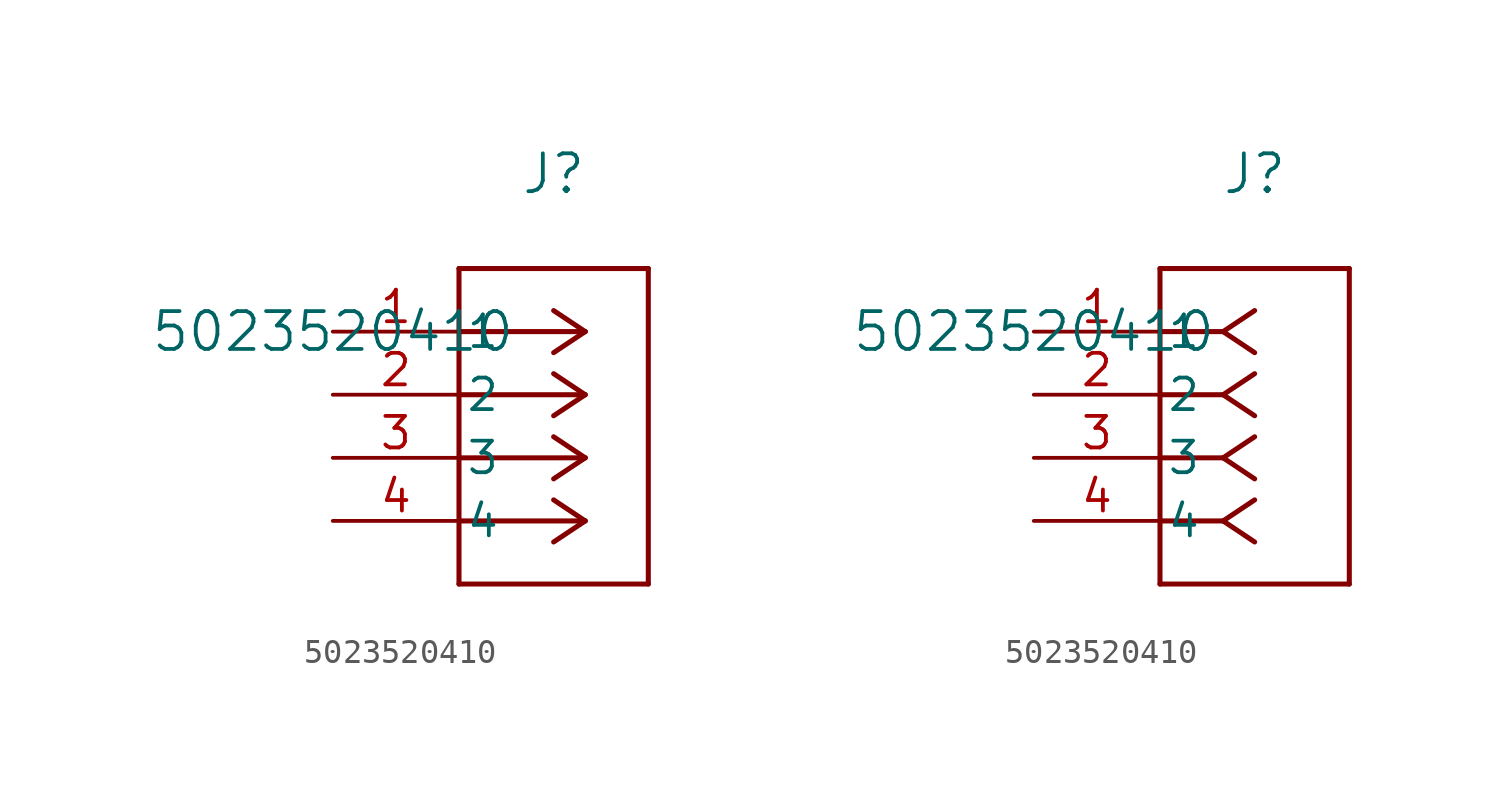
<source format=kicad_sym>
(kicad_symbol_lib
  (version 20211014)
  (generator kicad_symbol_editor)
  (symbol "5023520410"
    (pin_names
      (offset 0.254))
    (property "Reference" "J"
      (at 8.89 6.35 0)
      (effects (font (size 1.524 1.524))))
    (property "Value" "5023520410"
      (at 0 0 0)
      (effects (font (size 1.524 1.524))))
    (symbol "5023520410_1_1"
      (polyline (pts (xy 10.16 0) (xy 5.08 0)) (stroke (width 0.203) (type default) (color 0 0 0 0)) (fill (type none)))
      (polyline (pts (xy 10.16 -2.54) (xy 5.08 -2.54)) (stroke (width 0.203) (type default) (color 0 0 0 0)) (fill (type none)))
      (polyline (pts (xy 10.16 -5.08) (xy 5.08 -5.08)) (stroke (width 0.203) (type default) (color 0 0 0 0)) (fill (type none)))
      (polyline (pts (xy 10.16 -7.62) (xy 5.08 -7.62)) (stroke (width 0.203) (type default) (color 0 0 0 0)) (fill (type none)))
      (polyline (pts (xy 10.16 0) (xy 8.89 0.847)) (stroke (width 0.203) (type default) (color 0 0 0 0)) (fill (type none)))
      (polyline (pts (xy 10.16 -2.54) (xy 8.89 -1.693)) (stroke (width 0.203) (type default) (color 0 0 0 0)) (fill (type none)))
      (polyline (pts (xy 10.16 -5.08) (xy 8.89 -4.233)) (stroke (width 0.203) (type default) (color 0 0 0 0)) (fill (type none)))
      (polyline (pts (xy 10.16 -7.62) (xy 8.89 -6.773)) (stroke (width 0.203) (type default) (color 0 0 0 0)) (fill (type none)))
      (polyline (pts (xy 10.16 0) (xy 8.89 -0.847)) (stroke (width 0.203) (type default) (color 0 0 0 0)) (fill (type none)))
      (polyline (pts (xy 10.16 -2.54) (xy 8.89 -3.387)) (stroke (width 0.203) (type default) (color 0 0 0 0)) (fill (type none)))
      (polyline (pts (xy 10.16 -5.08) (xy 8.89 -5.927)) (stroke (width 0.203) (type default) (color 0 0 0 0)) (fill (type none)))
      (polyline (pts (xy 10.16 -7.62) (xy 8.89 -8.467)) (stroke (width 0.203) (type default) (color 0 0 0 0)) (fill (type none)))
      (polyline (pts (xy 5.08 2.54) (xy 5.08 -10.16)) (stroke (width 0.203) (type default) (color 0 0 0 0)) (fill (type none)))
      (polyline (pts (xy 5.08 -10.16) (xy 12.7 -10.16)) (stroke (width 0.203) (type default) (color 0 0 0 0)) (fill (type none)))
      (polyline (pts (xy 12.7 -10.16) (xy 12.7 2.54)) (stroke (width 0.203) (type default) (color 0 0 0 0)) (fill (type none)))
      (polyline (pts (xy 12.7 2.54) (xy 5.08 2.54)) (stroke (width 0.203) (type default) (color 0 0 0 0)) (fill (type none)))
      (pin unspecified line (at 0 0 0) (length 5.08) (name "1" (effects (font (size 1.27 1.27)))) (number "1" (effects (font (size 1.27 1.27)))))
      (pin unspecified line (at 0 -2.54 0) (length 5.08) (name "2" (effects (font (size 1.27 1.27)))) (number "2" (effects (font (size 1.27 1.27)))))
      (pin unspecified line (at 0 -5.08 0) (length 5.08) (name "3" (effects (font (size 1.27 1.27)))) (number "3" (effects (font (size 1.27 1.27)))))
      (pin unspecified line (at 0 -7.62 0) (length 5.08) (name "4" (effects (font (size 1.27 1.27)))) (number "4" (effects (font (size 1.27 1.27))))))
    (symbol "5023520410_1_2"
      (polyline (pts (xy 7.62 0) (xy 5.08 0)) (stroke (width 0.203) (type default) (color 0 0 0 0)) (fill (type none)))
      (polyline (pts (xy 7.62 -2.54) (xy 5.08 -2.54)) (stroke (width 0.203) (type default) (color 0 0 0 0)) (fill (type none)))
      (polyline (pts (xy 7.62 -5.08) (xy 5.08 -5.08)) (stroke (width 0.203) (type default) (color 0 0 0 0)) (fill (type none)))
      (polyline (pts (xy 7.62 -7.62) (xy 5.08 -7.62)) (stroke (width 0.203) (type default) (color 0 0 0 0)) (fill (type none)))
      (polyline (pts (xy 7.62 0) (xy 8.89 0.847)) (stroke (width 0.203) (type default) (color 0 0 0 0)) (fill (type none)))
      (polyline (pts (xy 7.62 -2.54) (xy 8.89 -1.693)) (stroke (width 0.203) (type default) (color 0 0 0 0)) (fill (type none)))
      (polyline (pts (xy 7.62 -5.08) (xy 8.89 -4.233)) (stroke (width 0.203) (type default) (color 0 0 0 0)) (fill (type none)))
      (polyline (pts (xy 7.62 -7.62) (xy 8.89 -6.773)) (stroke (width 0.203) (type default) (color 0 0 0 0)) (fill (type none)))
      (polyline (pts (xy 7.62 0) (xy 8.89 -0.847)) (stroke (width 0.203) (type default) (color 0 0 0 0)) (fill (type none)))
      (polyline (pts (xy 7.62 -2.54) (xy 8.89 -3.387)) (stroke (width 0.203) (type default) (color 0 0 0 0)) (fill (type none)))
      (polyline (pts (xy 7.62 -5.08) (xy 8.89 -5.927)) (stroke (width 0.203) (type default) (color 0 0 0 0)) (fill (type none)))
      (polyline (pts (xy 7.62 -7.62) (xy 8.89 -8.467)) (stroke (width 0.203) (type default) (color 0 0 0 0)) (fill (type none)))
      (polyline (pts (xy 5.08 2.54) (xy 5.08 -10.16)) (stroke (width 0.203) (type default) (color 0 0 0 0)) (fill (type none)))
      (polyline (pts (xy 5.08 -10.16) (xy 12.7 -10.16)) (stroke (width 0.203) (type default) (color 0 0 0 0)) (fill (type none)))
      (polyline (pts (xy 12.7 -10.16) (xy 12.7 2.54)) (stroke (width 0.203) (type default) (color 0 0 0 0)) (fill (type none)))
      (polyline (pts (xy 12.7 2.54) (xy 5.08 2.54)) (stroke (width 0.203) (type default) (color 0 0 0 0)) (fill (type none)))
      (pin unspecified line (at 0 0 0) (length 5.08) (name "1" (effects (font (size 1.27 1.27)))) (number "1" (effects (font (size 1.27 1.27)))))
      (pin unspecified line (at 0 -2.54 0) (length 5.08) (name "2" (effects (font (size 1.27 1.27)))) (number "2" (effects (font (size 1.27 1.27)))))
      (pin unspecified line (at 0 -5.08 0) (length 5.08) (name "3" (effects (font (size 1.27 1.27)))) (number "3" (effects (font (size 1.27 1.27)))))
      (pin unspecified line (at 0 -7.62 0) (length 5.08) (name "4" (effects (font (size 1.27 1.27)))) (number "4" (effects (font (size 1.27 1.27))))))))
</source>
